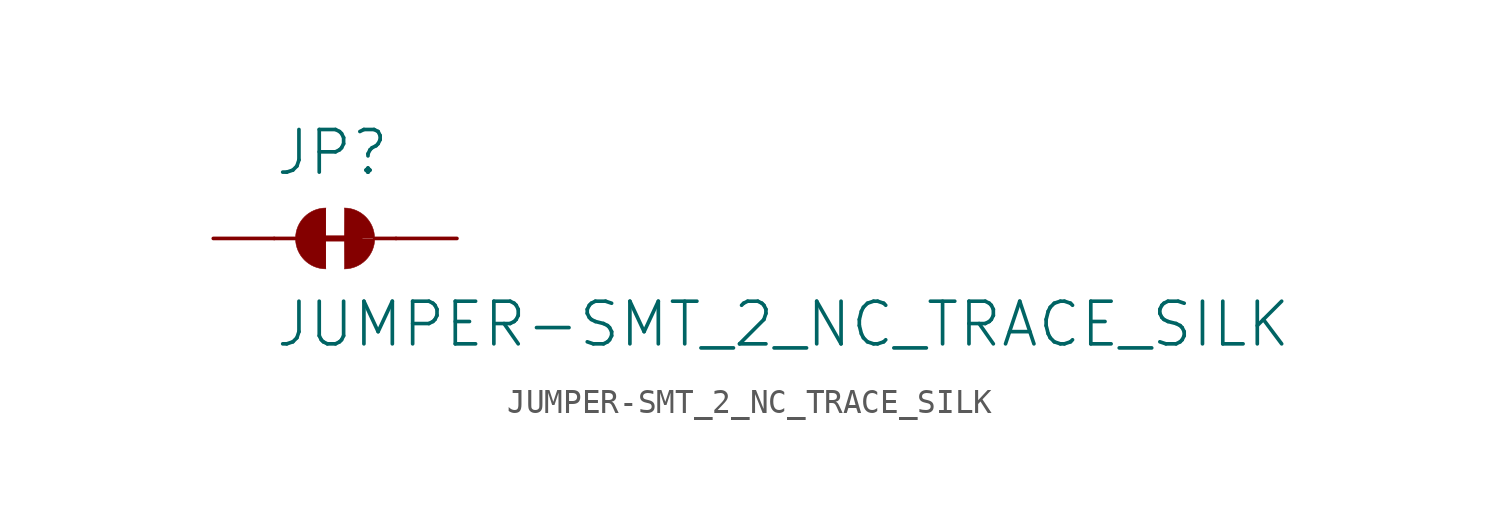
<source format=kicad_sym>
(kicad_symbol_lib
  (version 20211014)
  (generator kicad_symbol_editor)
  (symbol "JUMPER-SMT_2_NC_TRACE_SILK"
    (property "Reference" "JP"
      (at -2.54 2.54 0)
      (effects (font (size 1.778 1.778)) (justify left bottom)))
    (property "Value" "JUMPER-SMT_2_NC_TRACE_SILK"
      (at -2.54 -2.54 0)
      (effects (font (size 1.778 1.778)) (justify left top)))
    (property "ki_locked" ""
      (at 0 0 0)
      (effects (font (size 1.27 1.27))))
    (symbol "JUMPER-SMT_2_NC_TRACE_SILK_1_0"
      (arc (start -0.381 1.2699) (mid -1.6508 0) (end -0.381 -1.2699) (stroke (width 0.0001) (type default) (color 0 0 0 0)) (fill (type outline)))
      (polyline (pts (xy -2.54 0) (xy -1.651 0)) (stroke (width 0.152) (type default) (color 0 0 0 0)) (fill (type none)))
      (polyline (pts (xy -0.762 0) (xy 1.016 0)) (stroke (width 0.254) (type default) (color 0 0 0 0)) (fill (type none)))
      (polyline (pts (xy 2.54 0) (xy 1.651 0)) (stroke (width 0.152) (type default) (color 0 0 0 0)) (fill (type none)))
      (arc (start 0.381 -1.2698) (mid 1.2788 -0.8978) (end 1.6509 0) (stroke (width 0.0001) (type default) (color 0 0 0 0)) (fill (type outline)))
      (arc (start 1.651 0) (mid 1.2791 0.898) (end 0.381 1.2699) (stroke (width 0.0001) (type default) (color 0 0 0 0)) (fill (type outline)))
      (pin passive line (at -5.08 0 0) (length 2.54) (name "1" (effects (font (size 0 0)))) (number "1" (effects (font (size 0 0)))))
      (pin passive line (at 5.08 0 180) (length 2.54) (name "2" (effects (font (size 0 0)))) (number "2" (effects (font (size 0 0))))))))
</source>
